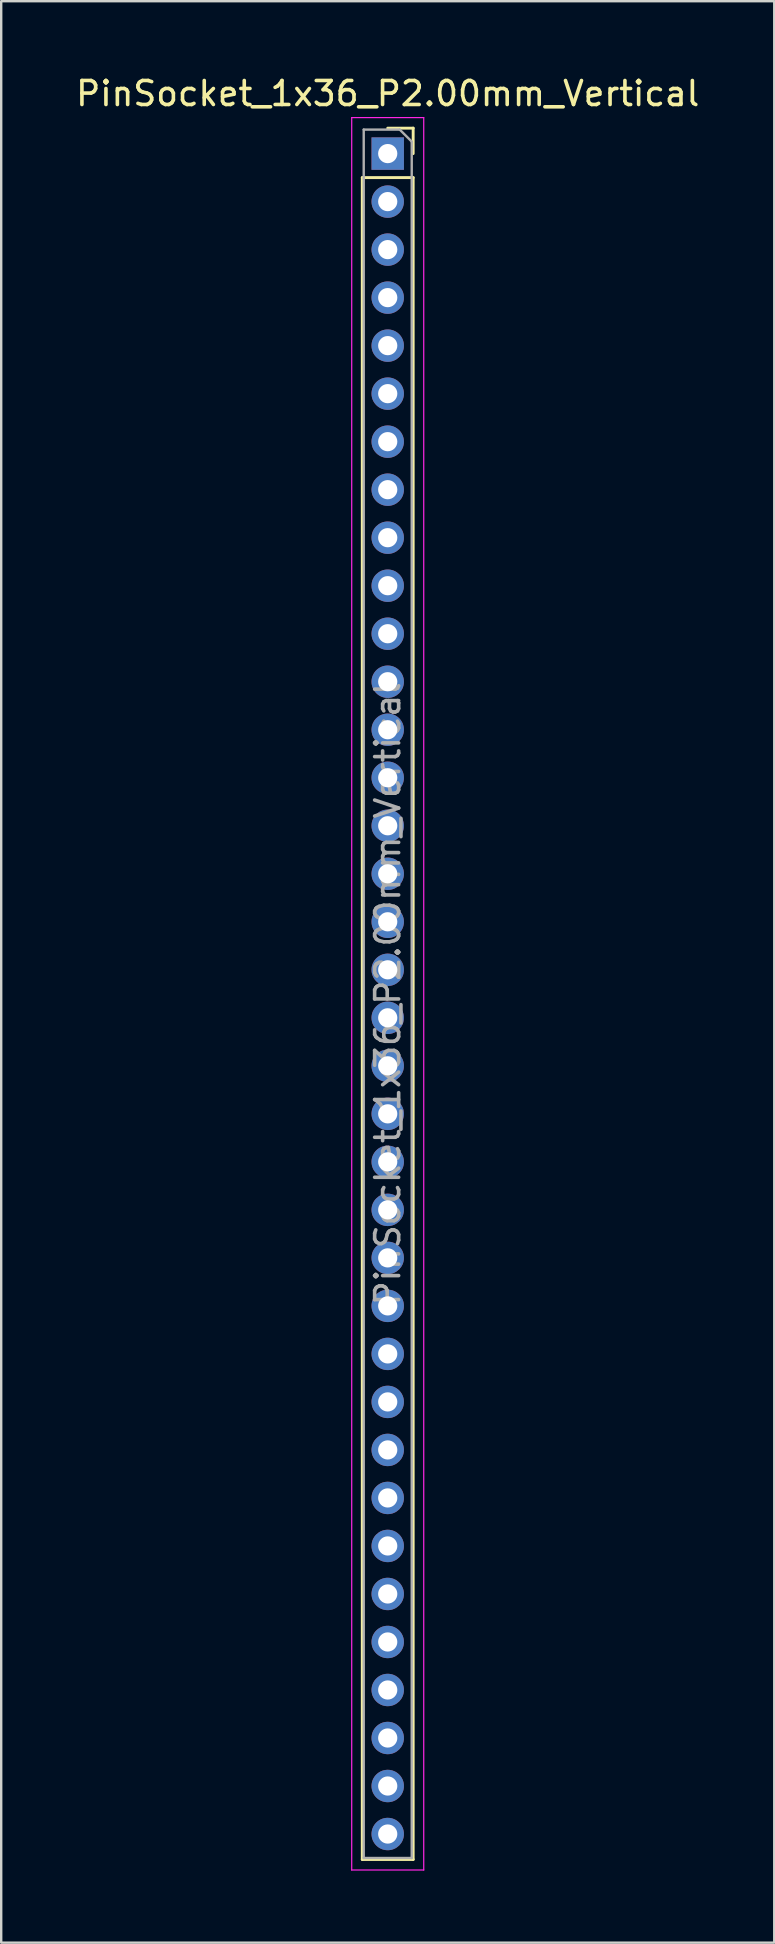
<source format=kicad_pcb>
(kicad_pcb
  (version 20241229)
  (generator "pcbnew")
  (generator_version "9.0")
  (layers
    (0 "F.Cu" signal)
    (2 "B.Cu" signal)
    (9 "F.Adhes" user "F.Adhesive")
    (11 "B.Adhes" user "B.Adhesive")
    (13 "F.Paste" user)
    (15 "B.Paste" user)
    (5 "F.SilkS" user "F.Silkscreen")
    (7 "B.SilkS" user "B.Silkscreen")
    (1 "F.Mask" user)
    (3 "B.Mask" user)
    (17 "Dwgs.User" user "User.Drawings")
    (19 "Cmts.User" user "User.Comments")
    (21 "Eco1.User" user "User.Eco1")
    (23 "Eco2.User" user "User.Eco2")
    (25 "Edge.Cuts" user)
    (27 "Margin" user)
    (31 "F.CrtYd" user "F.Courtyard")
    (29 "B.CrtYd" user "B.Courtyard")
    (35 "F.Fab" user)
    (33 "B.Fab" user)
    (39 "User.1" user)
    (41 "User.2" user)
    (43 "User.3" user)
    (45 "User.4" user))
  (footprint "PinSocket_1x36_P2.00mm_Vertical"
    (layer "F.Cu")
    (at 13.101 3.348)
    (property "Reference" "PinSocket_1x36_P2.00mm_Vertical" (at 0 -2.5 0) (layer "F.SilkS") (effects (font (size 1 1) (thickness 0.15))))
    (attr through_hole)
    (fp_line (start -1.06 1) (end -1.06 71.06) (stroke (width 0.12) (type solid)) (layer "F.SilkS"))
    (fp_line (start -1.06 1) (end 1.06 1) (stroke (width 0.12) (type solid)) (layer "F.SilkS"))
    (fp_line (start -1.06 71.06) (end 1.06 71.06) (stroke (width 0.12) (type solid)) (layer "F.SilkS"))
    (fp_line (start 0 -1.06) (end 1.06 -1.06) (stroke (width 0.12) (type solid)) (layer "F.SilkS"))
    (fp_line (start 1.06 -1.06) (end 1.06 0) (stroke (width 0.12) (type solid)) (layer "F.SilkS"))
    (fp_line (start 1.06 1) (end 1.06 71.06) (stroke (width 0.12) (type solid)) (layer "F.SilkS"))
    (fp_line (start -1.5 -1.5) (end 1.5 -1.5) (stroke (width 0.05) (type solid)) (layer "F.CrtYd"))
    (fp_line (start -1.5 71.5) (end -1.5 -1.5) (stroke (width 0.05) (type solid)) (layer "F.CrtYd"))
    (fp_line (start 1.5 -1.5) (end 1.5 71.5) (stroke (width 0.05) (type solid)) (layer "F.CrtYd"))
    (fp_line (start 1.5 71.5) (end -1.5 71.5) (stroke (width 0.05) (type solid)) (layer "F.CrtYd"))
    (fp_line (start -1 -1) (end 0.5 -1) (stroke (width 0.1) (type solid)) (layer "F.Fab"))
    (fp_line (start -1 71) (end -1 -1) (stroke (width 0.1) (type solid)) (layer "F.Fab"))
    (fp_line (start 0.5 -1) (end 1 -0.5) (stroke (width 0.1) (type solid)) (layer "F.Fab"))
    (fp_line (start 1 -0.5) (end 1 71) (stroke (width 0.1) (type solid)) (layer "F.Fab"))
    (fp_line (start 1 71) (end -1 71) (stroke (width 0.1) (type solid)) (layer "F.Fab"))
    (fp_text user "${REFERENCE}" (at 0 35 90) (layer "F.Fab") (effects (font (size 1 1) (thickness 0.15))))
    (pad "1" thru_hole rect (at 0 0) (size 1.35 1.35) (drill 0.8) (layers "*.Cu" "*.Mask"))
    (pad "2" thru_hole circle (at 0 2) (size 1.35 1.35) (drill 0.8) (layers "*.Cu" "*.Mask"))
    (pad "3" thru_hole circle (at 0 4) (size 1.35 1.35) (drill 0.8) (layers "*.Cu" "*.Mask"))
    (pad "4" thru_hole circle (at 0 6) (size 1.35 1.35) (drill 0.8) (layers "*.Cu" "*.Mask"))
    (pad "5" thru_hole circle (at 0 8) (size 1.35 1.35) (drill 0.8) (layers "*.Cu" "*.Mask"))
    (pad "6" thru_hole circle (at 0 10) (size 1.35 1.35) (drill 0.8) (layers "*.Cu" "*.Mask"))
    (pad "7" thru_hole circle (at 0 12) (size 1.35 1.35) (drill 0.8) (layers "*.Cu" "*.Mask"))
    (pad "8" thru_hole circle (at 0 14) (size 1.35 1.35) (drill 0.8) (layers "*.Cu" "*.Mask"))
    (pad "9" thru_hole circle (at 0 16) (size 1.35 1.35) (drill 0.8) (layers "*.Cu" "*.Mask"))
    (pad "10" thru_hole circle (at 0 18) (size 1.35 1.35) (drill 0.8) (layers "*.Cu" "*.Mask"))
    (pad "11" thru_hole circle (at 0 20) (size 1.35 1.35) (drill 0.8) (layers "*.Cu" "*.Mask"))
    (pad "12" thru_hole circle (at 0 22) (size 1.35 1.35) (drill 0.8) (layers "*.Cu" "*.Mask"))
    (pad "13" thru_hole circle (at 0 24) (size 1.35 1.35) (drill 0.8) (layers "*.Cu" "*.Mask"))
    (pad "14" thru_hole circle (at 0 26) (size 1.35 1.35) (drill 0.8) (layers "*.Cu" "*.Mask"))
    (pad "15" thru_hole circle (at 0 28) (size 1.35 1.35) (drill 0.8) (layers "*.Cu" "*.Mask"))
    (pad "16" thru_hole circle (at 0 30) (size 1.35 1.35) (drill 0.8) (layers "*.Cu" "*.Mask"))
    (pad "17" thru_hole circle (at 0 32) (size 1.35 1.35) (drill 0.8) (layers "*.Cu" "*.Mask"))
    (pad "18" thru_hole circle (at 0 34) (size 1.35 1.35) (drill 0.8) (layers "*.Cu" "*.Mask"))
    (pad "19" thru_hole circle (at 0 36) (size 1.35 1.35) (drill 0.8) (layers "*.Cu" "*.Mask"))
    (pad "20" thru_hole circle (at 0 38) (size 1.35 1.35) (drill 0.8) (layers "*.Cu" "*.Mask"))
    (pad "21" thru_hole circle (at 0 40) (size 1.35 1.35) (drill 0.8) (layers "*.Cu" "*.Mask"))
    (pad "22" thru_hole circle (at 0 42) (size 1.35 1.35) (drill 0.8) (layers "*.Cu" "*.Mask"))
    (pad "23" thru_hole circle (at 0 44) (size 1.35 1.35) (drill 0.8) (layers "*.Cu" "*.Mask"))
    (pad "24" thru_hole circle (at 0 46) (size 1.35 1.35) (drill 0.8) (layers "*.Cu" "*.Mask"))
    (pad "25" thru_hole circle (at 0 48) (size 1.35 1.35) (drill 0.8) (layers "*.Cu" "*.Mask"))
    (pad "26" thru_hole circle (at 0 50) (size 1.35 1.35) (drill 0.8) (layers "*.Cu" "*.Mask"))
    (pad "27" thru_hole circle (at 0 52) (size 1.35 1.35) (drill 0.8) (layers "*.Cu" "*.Mask"))
    (pad "28" thru_hole circle (at 0 54) (size 1.35 1.35) (drill 0.8) (layers "*.Cu" "*.Mask"))
    (pad "29" thru_hole circle (at 0 56) (size 1.35 1.35) (drill 0.8) (layers "*.Cu" "*.Mask"))
    (pad "30" thru_hole circle (at 0 58) (size 1.35 1.35) (drill 0.8) (layers "*.Cu" "*.Mask"))
    (pad "31" thru_hole circle (at 0 60) (size 1.35 1.35) (drill 0.8) (layers "*.Cu" "*.Mask"))
    (pad "32" thru_hole circle (at 0 62) (size 1.35 1.35) (drill 0.8) (layers "*.Cu" "*.Mask"))
    (pad "33" thru_hole circle (at 0 64) (size 1.35 1.35) (drill 0.8) (layers "*.Cu" "*.Mask"))
    (pad "34" thru_hole circle (at 0 66) (size 1.35 1.35) (drill 0.8) (layers "*.Cu" "*.Mask"))
    (pad "35" thru_hole circle (at 0 68) (size 1.35 1.35) (drill 0.8) (layers "*.Cu" "*.Mask"))
    (pad "36" thru_hole circle (at 0 70) (size 1.35 1.35) (drill 0.8) (layers "*.Cu" "*.Mask")))
  (gr_rect
    (start -3 -3)
    (end 29.202 77.873)
    (stroke (width 0.1) (type default))
    (fill no)
    (layer "Edge.Cuts")))
</source>
